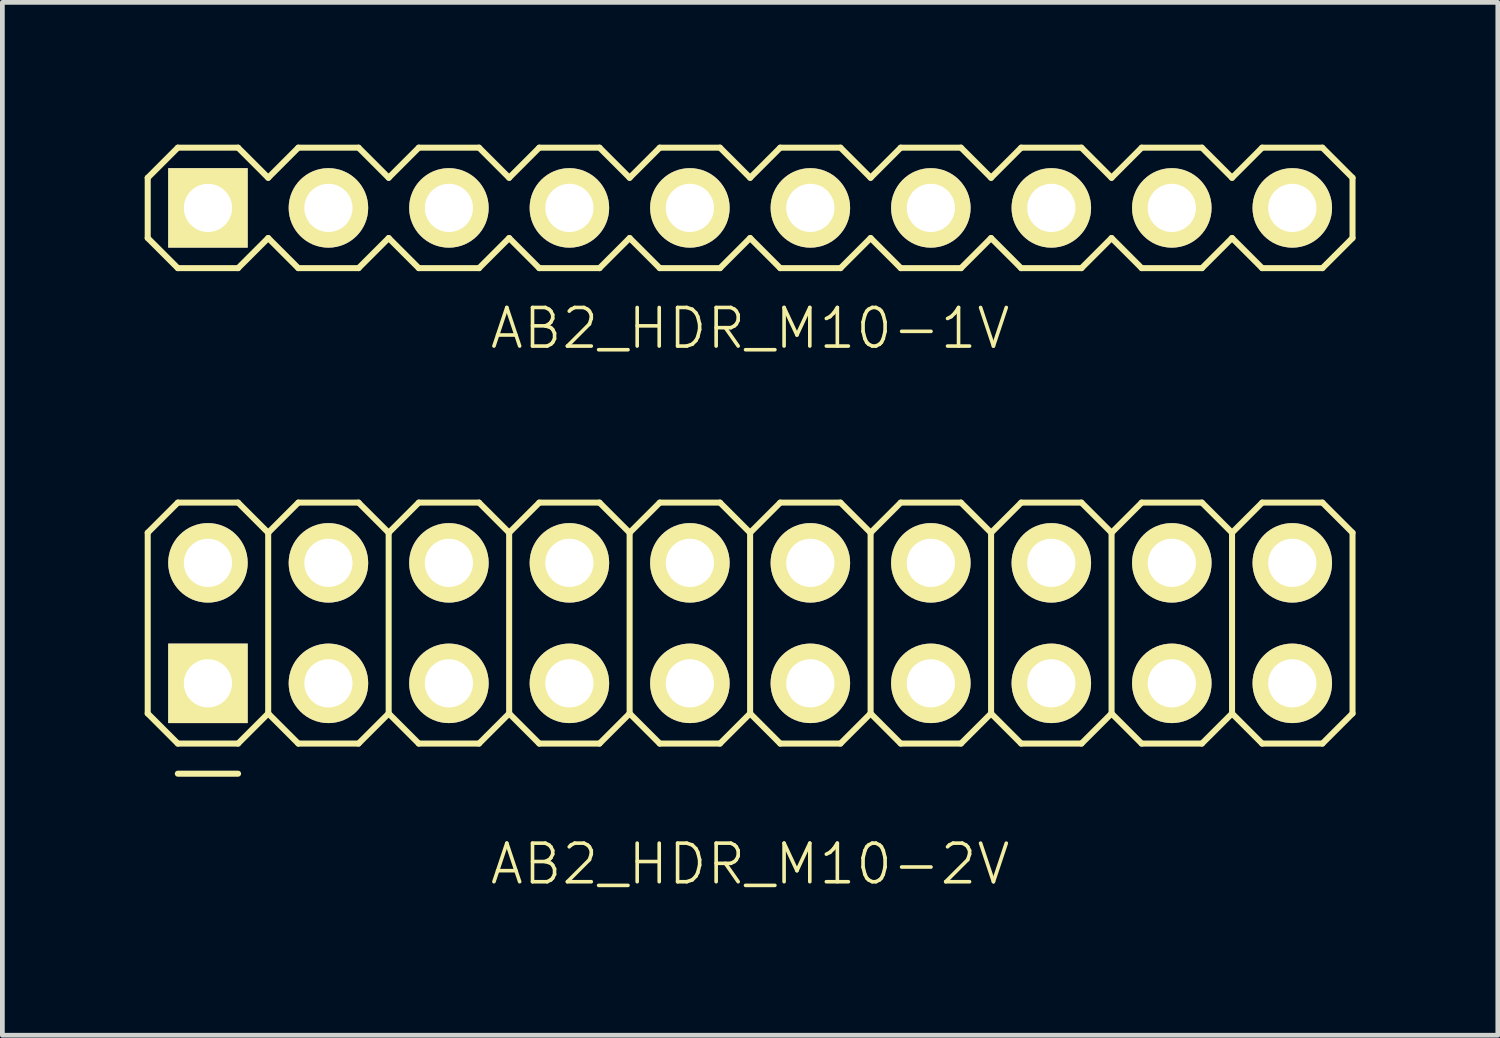
<source format=kicad_pcb>
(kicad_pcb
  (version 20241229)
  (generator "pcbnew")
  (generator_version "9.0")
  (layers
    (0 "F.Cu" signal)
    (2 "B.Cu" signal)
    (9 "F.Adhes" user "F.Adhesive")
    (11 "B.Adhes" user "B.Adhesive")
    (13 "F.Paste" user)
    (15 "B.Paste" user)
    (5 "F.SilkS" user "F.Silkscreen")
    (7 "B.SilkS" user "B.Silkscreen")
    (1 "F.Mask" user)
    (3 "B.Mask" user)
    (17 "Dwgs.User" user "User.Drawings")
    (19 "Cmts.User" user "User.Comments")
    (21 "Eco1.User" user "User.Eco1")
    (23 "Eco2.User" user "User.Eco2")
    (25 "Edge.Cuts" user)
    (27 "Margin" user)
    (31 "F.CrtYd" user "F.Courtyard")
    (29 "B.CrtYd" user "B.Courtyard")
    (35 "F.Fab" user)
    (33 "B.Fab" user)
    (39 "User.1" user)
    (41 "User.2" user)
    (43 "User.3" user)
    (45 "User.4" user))
  (footprint "AB2_HDR_M10-2V"
    (layer "F.Cu")
    (at 12.764 10.086)
    (property "Reference" "AB2_HDR_M10-2V" (at 0 5.08 0) (layer "F.SilkS") (effects (font (size 0.813 0.813) (thickness 0.076))))
    (attr through_hole)
    (fp_line (start -12.7 -1.905) (end -12.065 -2.54) (stroke (width 0.127) (type solid)) (layer "F.SilkS"))
    (fp_line (start -12.7 1.905) (end -12.7 -1.905) (stroke (width 0.127) (type solid)) (layer "F.SilkS"))
    (fp_line (start -12.065 -2.54) (end -10.795 -2.54) (stroke (width 0.127) (type solid)) (layer "F.SilkS"))
    (fp_line (start -12.065 2.54) (end -12.7 1.905) (stroke (width 0.127) (type solid)) (layer "F.SilkS"))
    (fp_line (start -12.065 3.175) (end -10.795 3.175) (stroke (width 0.127) (type solid)) (layer "F.SilkS"))
    (fp_line (start -10.795 -2.54) (end -10.16 -1.905) (stroke (width 0.127) (type solid)) (layer "F.SilkS"))
    (fp_line (start -10.795 2.54) (end -12.065 2.54) (stroke (width 0.127) (type solid)) (layer "F.SilkS"))
    (fp_line (start -10.16 -1.905) (end -10.16 1.905) (stroke (width 0.127) (type solid)) (layer "F.SilkS"))
    (fp_line (start -10.16 -1.905) (end -9.525 -2.54) (stroke (width 0.127) (type solid)) (layer "F.SilkS"))
    (fp_line (start -10.16 1.905) (end -10.795 2.54) (stroke (width 0.127) (type solid)) (layer "F.SilkS"))
    (fp_line (start -9.525 -2.54) (end -8.255 -2.54) (stroke (width 0.127) (type solid)) (layer "F.SilkS"))
    (fp_line (start -9.525 2.54) (end -10.16 1.905) (stroke (width 0.127) (type solid)) (layer "F.SilkS"))
    (fp_line (start -8.255 -2.54) (end -7.62 -1.905) (stroke (width 0.127) (type solid)) (layer "F.SilkS"))
    (fp_line (start -8.255 2.54) (end -9.525 2.54) (stroke (width 0.127) (type solid)) (layer "F.SilkS"))
    (fp_line (start -7.62 -1.905) (end -7.62 1.905) (stroke (width 0.127) (type solid)) (layer "F.SilkS"))
    (fp_line (start -7.62 -1.905) (end -6.985 -2.54) (stroke (width 0.127) (type solid)) (layer "F.SilkS"))
    (fp_line (start -7.62 1.905) (end -8.255 2.54) (stroke (width 0.127) (type solid)) (layer "F.SilkS"))
    (fp_line (start -6.985 -2.54) (end -5.715 -2.54) (stroke (width 0.127) (type solid)) (layer "F.SilkS"))
    (fp_line (start -6.985 2.54) (end -7.62 1.905) (stroke (width 0.127) (type solid)) (layer "F.SilkS"))
    (fp_line (start -5.715 -2.54) (end -5.08 -1.905) (stroke (width 0.127) (type solid)) (layer "F.SilkS"))
    (fp_line (start -5.715 2.54) (end -6.985 2.54) (stroke (width 0.127) (type solid)) (layer "F.SilkS"))
    (fp_line (start -5.08 -1.905) (end -5.08 1.905) (stroke (width 0.127) (type solid)) (layer "F.SilkS"))
    (fp_line (start -5.08 -1.905) (end -4.445 -2.54) (stroke (width 0.127) (type solid)) (layer "F.SilkS"))
    (fp_line (start -5.08 1.905) (end -5.715 2.54) (stroke (width 0.127) (type solid)) (layer "F.SilkS"))
    (fp_line (start -4.445 -2.54) (end -3.175 -2.54) (stroke (width 0.127) (type solid)) (layer "F.SilkS"))
    (fp_line (start -4.445 2.54) (end -5.08 1.905) (stroke (width 0.127) (type solid)) (layer "F.SilkS"))
    (fp_line (start -3.175 -2.54) (end -2.54 -1.905) (stroke (width 0.127) (type solid)) (layer "F.SilkS"))
    (fp_line (start -3.175 2.54) (end -4.445 2.54) (stroke (width 0.127) (type solid)) (layer "F.SilkS"))
    (fp_line (start -2.54 -1.905) (end -2.54 1.905) (stroke (width 0.127) (type solid)) (layer "F.SilkS"))
    (fp_line (start -2.54 -1.905) (end -1.905 -2.54) (stroke (width 0.127) (type solid)) (layer "F.SilkS"))
    (fp_line (start -2.54 1.905) (end -3.175 2.54) (stroke (width 0.127) (type solid)) (layer "F.SilkS"))
    (fp_line (start -1.905 -2.54) (end -0.635 -2.54) (stroke (width 0.127) (type solid)) (layer "F.SilkS"))
    (fp_line (start -1.905 2.54) (end -2.54 1.905) (stroke (width 0.127) (type solid)) (layer "F.SilkS"))
    (fp_line (start -0.635 -2.54) (end 0 -1.905) (stroke (width 0.127) (type solid)) (layer "F.SilkS"))
    (fp_line (start -0.635 2.54) (end -1.905 2.54) (stroke (width 0.127) (type solid)) (layer "F.SilkS"))
    (fp_line (start 0 -1.905) (end 0 1.905) (stroke (width 0.127) (type solid)) (layer "F.SilkS"))
    (fp_line (start 0 -1.905) (end 0.635 -2.54) (stroke (width 0.127) (type solid)) (layer "F.SilkS"))
    (fp_line (start 0 1.905) (end -0.635 2.54) (stroke (width 0.127) (type solid)) (layer "F.SilkS"))
    (fp_line (start 0.635 -2.54) (end 1.905 -2.54) (stroke (width 0.127) (type solid)) (layer "F.SilkS"))
    (fp_line (start 0.635 2.54) (end 0 1.905) (stroke (width 0.127) (type solid)) (layer "F.SilkS"))
    (fp_line (start 1.905 -2.54) (end 2.54 -1.905) (stroke (width 0.127) (type solid)) (layer "F.SilkS"))
    (fp_line (start 1.905 2.54) (end 0.635 2.54) (stroke (width 0.127) (type solid)) (layer "F.SilkS"))
    (fp_line (start 2.54 -1.905) (end 2.54 1.905) (stroke (width 0.127) (type solid)) (layer "F.SilkS"))
    (fp_line (start 2.54 -1.905) (end 3.175 -2.54) (stroke (width 0.127) (type solid)) (layer "F.SilkS"))
    (fp_line (start 2.54 1.905) (end 1.905 2.54) (stroke (width 0.127) (type solid)) (layer "F.SilkS"))
    (fp_line (start 3.175 -2.54) (end 4.445 -2.54) (stroke (width 0.127) (type solid)) (layer "F.SilkS"))
    (fp_line (start 3.175 2.54) (end 2.54 1.905) (stroke (width 0.127) (type solid)) (layer "F.SilkS"))
    (fp_line (start 4.445 -2.54) (end 5.08 -1.905) (stroke (width 0.127) (type solid)) (layer "F.SilkS"))
    (fp_line (start 4.445 2.54) (end 3.175 2.54) (stroke (width 0.127) (type solid)) (layer "F.SilkS"))
    (fp_line (start 5.08 -1.905) (end 5.08 1.905) (stroke (width 0.127) (type solid)) (layer "F.SilkS"))
    (fp_line (start 5.08 -1.905) (end 5.715 -2.54) (stroke (width 0.127) (type solid)) (layer "F.SilkS"))
    (fp_line (start 5.08 1.905) (end 4.445 2.54) (stroke (width 0.127) (type solid)) (layer "F.SilkS"))
    (fp_line (start 5.715 -2.54) (end 6.985 -2.54) (stroke (width 0.127) (type solid)) (layer "F.SilkS"))
    (fp_line (start 5.715 2.54) (end 5.08 1.905) (stroke (width 0.127) (type solid)) (layer "F.SilkS"))
    (fp_line (start 6.985 -2.54) (end 7.62 -1.905) (stroke (width 0.127) (type solid)) (layer "F.SilkS"))
    (fp_line (start 6.985 2.54) (end 5.715 2.54) (stroke (width 0.127) (type solid)) (layer "F.SilkS"))
    (fp_line (start 7.62 -1.905) (end 7.62 1.905) (stroke (width 0.127) (type solid)) (layer "F.SilkS"))
    (fp_line (start 7.62 -1.905) (end 8.255 -2.54) (stroke (width 0.127) (type solid)) (layer "F.SilkS"))
    (fp_line (start 7.62 1.905) (end 6.985 2.54) (stroke (width 0.127) (type solid)) (layer "F.SilkS"))
    (fp_line (start 8.255 -2.54) (end 9.525 -2.54) (stroke (width 0.127) (type solid)) (layer "F.SilkS"))
    (fp_line (start 8.255 2.54) (end 7.62 1.905) (stroke (width 0.127) (type solid)) (layer "F.SilkS"))
    (fp_line (start 9.525 -2.54) (end 10.16 -1.905) (stroke (width 0.127) (type solid)) (layer "F.SilkS"))
    (fp_line (start 9.525 2.54) (end 8.255 2.54) (stroke (width 0.127) (type solid)) (layer "F.SilkS"))
    (fp_line (start 10.16 -1.905) (end 10.16 1.905) (stroke (width 0.127) (type solid)) (layer "F.SilkS"))
    (fp_line (start 10.16 -1.905) (end 10.795 -2.54) (stroke (width 0.127) (type solid)) (layer "F.SilkS"))
    (fp_line (start 10.16 1.905) (end 9.525 2.54) (stroke (width 0.127) (type solid)) (layer "F.SilkS"))
    (fp_line (start 10.795 -2.54) (end 12.065 -2.54) (stroke (width 0.127) (type solid)) (layer "F.SilkS"))
    (fp_line (start 10.795 2.54) (end 10.16 1.905) (stroke (width 0.127) (type solid)) (layer "F.SilkS"))
    (fp_line (start 12.065 -2.54) (end 12.7 -1.905) (stroke (width 0.127) (type solid)) (layer "F.SilkS"))
    (fp_line (start 12.065 2.54) (end 10.795 2.54) (stroke (width 0.127) (type solid)) (layer "F.SilkS"))
    (fp_line (start 12.7 -1.905) (end 12.7 1.905) (stroke (width 0.127) (type solid)) (layer "F.SilkS"))
    (fp_line (start 12.7 1.905) (end 12.065 2.54) (stroke (width 0.127) (type solid)) (layer "F.SilkS"))
    (pad "1" thru_hole rect (at -11.43 1.27) (size 1.676 1.676) (drill 1.016) (layers "*.Cu" "*.Mask" "F.SilkS"))
    (pad "2" thru_hole circle (at -11.43 -1.27) (size 1.676 1.676) (drill 1.016) (layers "*.Cu" "*.Mask" "F.SilkS"))
    (pad "3" thru_hole circle (at -8.89 1.27) (size 1.676 1.676) (drill 1.016) (layers "*.Cu" "*.Mask" "F.SilkS"))
    (pad "4" thru_hole circle (at -8.89 -1.27) (size 1.676 1.676) (drill 1.016) (layers "*.Cu" "*.Mask" "F.SilkS"))
    (pad "5" thru_hole circle (at -6.35 1.27) (size 1.676 1.676) (drill 1.016) (layers "*.Cu" "*.Mask" "F.SilkS"))
    (pad "6" thru_hole circle (at -6.35 -1.27) (size 1.676 1.676) (drill 1.016) (layers "*.Cu" "*.Mask" "F.SilkS"))
    (pad "7" thru_hole circle (at -3.81 1.27) (size 1.676 1.676) (drill 1.016) (layers "*.Cu" "*.Mask" "F.SilkS"))
    (pad "8" thru_hole circle (at -3.81 -1.27) (size 1.676 1.676) (drill 1.016) (layers "*.Cu" "*.Mask" "F.SilkS"))
    (pad "9" thru_hole circle (at -1.27 1.27) (size 1.676 1.676) (drill 1.016) (layers "*.Cu" "*.Mask" "F.SilkS"))
    (pad "10" thru_hole circle (at -1.27 -1.27) (size 1.676 1.676) (drill 1.016) (layers "*.Cu" "*.Mask" "F.SilkS"))
    (pad "11" thru_hole circle (at 1.27 1.27) (size 1.676 1.676) (drill 1.016) (layers "*.Cu" "*.Mask" "F.SilkS"))
    (pad "12" thru_hole circle (at 1.27 -1.27) (size 1.676 1.676) (drill 1.016) (layers "*.Cu" "*.Mask" "F.SilkS"))
    (pad "13" thru_hole circle (at 3.81 1.27) (size 1.676 1.676) (drill 1.016) (layers "*.Cu" "*.Mask" "F.SilkS"))
    (pad "14" thru_hole circle (at 3.81 -1.27) (size 1.676 1.676) (drill 1.016) (layers "*.Cu" "*.Mask" "F.SilkS"))
    (pad "15" thru_hole circle (at 6.35 1.27) (size 1.676 1.676) (drill 1.016) (layers "*.Cu" "*.Mask" "F.SilkS"))
    (pad "16" thru_hole circle (at 6.35 -1.27) (size 1.676 1.676) (drill 1.016) (layers "*.Cu" "*.Mask" "F.SilkS"))
    (pad "17" thru_hole circle (at 8.89 1.27) (size 1.676 1.676) (drill 1.016) (layers "*.Cu" "*.Mask" "F.SilkS"))
    (pad "18" thru_hole circle (at 8.89 -1.27) (size 1.676 1.676) (drill 1.016) (layers "*.Cu" "*.Mask" "F.SilkS"))
    (pad "19" thru_hole circle (at 11.43 1.27) (size 1.676 1.676) (drill 1.016) (layers "*.Cu" "*.Mask" "F.SilkS"))
    (pad "20" thru_hole circle (at 11.43 -1.27) (size 1.676 1.676) (drill 1.016) (layers "*.Cu" "*.Mask" "F.SilkS")))
  (footprint "AB2_HDR_M10-1V"
    (layer "F.Cu")
    (at 12.764 1.333)
    (property "Reference" "AB2_HDR_M10-1V" (at 0 2.54 0) (layer "F.SilkS") (effects (font (size 0.813 0.813) (thickness 0.076))))
    (attr through_hole)
    (fp_line (start -12.7 -0.635) (end -12.065 -1.27) (stroke (width 0.127) (type solid)) (layer "F.SilkS"))
    (fp_line (start -12.7 0.635) (end -12.7 -0.635) (stroke (width 0.127) (type solid)) (layer "F.SilkS"))
    (fp_line (start -12.065 -1.27) (end -10.795 -1.27) (stroke (width 0.127) (type solid)) (layer "F.SilkS"))
    (fp_line (start -12.065 1.27) (end -12.7 0.635) (stroke (width 0.127) (type solid)) (layer "F.SilkS"))
    (fp_line (start -10.795 -1.27) (end -10.16 -0.635) (stroke (width 0.127) (type solid)) (layer "F.SilkS"))
    (fp_line (start -10.795 1.27) (end -12.065 1.27) (stroke (width 0.127) (type solid)) (layer "F.SilkS"))
    (fp_line (start -10.16 -0.635) (end -9.525 -1.27) (stroke (width 0.127) (type solid)) (layer "F.SilkS"))
    (fp_line (start -10.16 0.635) (end -10.795 1.27) (stroke (width 0.127) (type solid)) (layer "F.SilkS"))
    (fp_line (start -9.525 -1.27) (end -8.255 -1.27) (stroke (width 0.127) (type solid)) (layer "F.SilkS"))
    (fp_line (start -9.525 1.27) (end -10.16 0.635) (stroke (width 0.127) (type solid)) (layer "F.SilkS"))
    (fp_line (start -8.255 -1.27) (end -7.62 -0.635) (stroke (width 0.127) (type solid)) (layer "F.SilkS"))
    (fp_line (start -8.255 1.27) (end -9.525 1.27) (stroke (width 0.127) (type solid)) (layer "F.SilkS"))
    (fp_line (start -7.62 -0.635) (end -6.985 -1.27) (stroke (width 0.127) (type solid)) (layer "F.SilkS"))
    (fp_line (start -7.62 0.635) (end -8.255 1.27) (stroke (width 0.127) (type solid)) (layer "F.SilkS"))
    (fp_line (start -6.985 -1.27) (end -5.715 -1.27) (stroke (width 0.127) (type solid)) (layer "F.SilkS"))
    (fp_line (start -6.985 1.27) (end -7.62 0.635) (stroke (width 0.127) (type solid)) (layer "F.SilkS"))
    (fp_line (start -5.715 -1.27) (end -5.08 -0.635) (stroke (width 0.127) (type solid)) (layer "F.SilkS"))
    (fp_line (start -5.715 1.27) (end -6.985 1.27) (stroke (width 0.127) (type solid)) (layer "F.SilkS"))
    (fp_line (start -5.08 -0.635) (end -4.445 -1.27) (stroke (width 0.127) (type solid)) (layer "F.SilkS"))
    (fp_line (start -5.08 0.635) (end -5.715 1.27) (stroke (width 0.127) (type solid)) (layer "F.SilkS"))
    (fp_line (start -4.445 -1.27) (end -3.175 -1.27) (stroke (width 0.127) (type solid)) (layer "F.SilkS"))
    (fp_line (start -4.445 1.27) (end -5.08 0.635) (stroke (width 0.127) (type solid)) (layer "F.SilkS"))
    (fp_line (start -3.175 -1.27) (end -2.54 -0.635) (stroke (width 0.127) (type solid)) (layer "F.SilkS"))
    (fp_line (start -3.175 1.27) (end -4.445 1.27) (stroke (width 0.127) (type solid)) (layer "F.SilkS"))
    (fp_line (start -2.54 -0.635) (end -1.905 -1.27) (stroke (width 0.127) (type solid)) (layer "F.SilkS"))
    (fp_line (start -2.54 0.635) (end -3.175 1.27) (stroke (width 0.127) (type solid)) (layer "F.SilkS"))
    (fp_line (start -1.905 -1.27) (end -0.635 -1.27) (stroke (width 0.127) (type solid)) (layer "F.SilkS"))
    (fp_line (start -1.905 1.27) (end -2.54 0.635) (stroke (width 0.127) (type solid)) (layer "F.SilkS"))
    (fp_line (start -0.635 -1.27) (end 0 -0.635) (stroke (width 0.127) (type solid)) (layer "F.SilkS"))
    (fp_line (start -0.635 1.27) (end -1.905 1.27) (stroke (width 0.127) (type solid)) (layer "F.SilkS"))
    (fp_line (start 0 -0.635) (end 0.635 -1.27) (stroke (width 0.127) (type solid)) (layer "F.SilkS"))
    (fp_line (start 0 0.635) (end -0.635 1.27) (stroke (width 0.127) (type solid)) (layer "F.SilkS"))
    (fp_line (start 0.635 -1.27) (end 1.905 -1.27) (stroke (width 0.127) (type solid)) (layer "F.SilkS"))
    (fp_line (start 0.635 1.27) (end 0 0.635) (stroke (width 0.127) (type solid)) (layer "F.SilkS"))
    (fp_line (start 1.905 -1.27) (end 2.54 -0.635) (stroke (width 0.127) (type solid)) (layer "F.SilkS"))
    (fp_line (start 1.905 1.27) (end 0.635 1.27) (stroke (width 0.127) (type solid)) (layer "F.SilkS"))
    (fp_line (start 2.54 -0.635) (end 3.175 -1.27) (stroke (width 0.127) (type solid)) (layer "F.SilkS"))
    (fp_line (start 2.54 0.635) (end 1.905 1.27) (stroke (width 0.127) (type solid)) (layer "F.SilkS"))
    (fp_line (start 3.175 -1.27) (end 4.445 -1.27) (stroke (width 0.127) (type solid)) (layer "F.SilkS"))
    (fp_line (start 3.175 1.27) (end 2.54 0.635) (stroke (width 0.127) (type solid)) (layer "F.SilkS"))
    (fp_line (start 4.445 -1.27) (end 5.08 -0.635) (stroke (width 0.127) (type solid)) (layer "F.SilkS"))
    (fp_line (start 4.445 1.27) (end 3.175 1.27) (stroke (width 0.127) (type solid)) (layer "F.SilkS"))
    (fp_line (start 5.08 -0.635) (end 5.715 -1.27) (stroke (width 0.127) (type solid)) (layer "F.SilkS"))
    (fp_line (start 5.08 0.635) (end 4.445 1.27) (stroke (width 0.127) (type solid)) (layer "F.SilkS"))
    (fp_line (start 5.715 -1.27) (end 6.985 -1.27) (stroke (width 0.127) (type solid)) (layer "F.SilkS"))
    (fp_line (start 5.715 1.27) (end 5.08 0.635) (stroke (width 0.127) (type solid)) (layer "F.SilkS"))
    (fp_line (start 6.985 -1.27) (end 7.62 -0.635) (stroke (width 0.127) (type solid)) (layer "F.SilkS"))
    (fp_line (start 6.985 1.27) (end 5.715 1.27) (stroke (width 0.127) (type solid)) (layer "F.SilkS"))
    (fp_line (start 7.62 -0.635) (end 8.255 -1.27) (stroke (width 0.127) (type solid)) (layer "F.SilkS"))
    (fp_line (start 7.62 0.635) (end 6.985 1.27) (stroke (width 0.127) (type solid)) (layer "F.SilkS"))
    (fp_line (start 8.255 -1.27) (end 9.525 -1.27) (stroke (width 0.127) (type solid)) (layer "F.SilkS"))
    (fp_line (start 8.255 1.27) (end 7.62 0.635) (stroke (width 0.127) (type solid)) (layer "F.SilkS"))
    (fp_line (start 9.525 -1.27) (end 10.16 -0.635) (stroke (width 0.127) (type solid)) (layer "F.SilkS"))
    (fp_line (start 9.525 1.27) (end 8.255 1.27) (stroke (width 0.127) (type solid)) (layer "F.SilkS"))
    (fp_line (start 10.16 -0.635) (end 10.795 -1.27) (stroke (width 0.127) (type solid)) (layer "F.SilkS"))
    (fp_line (start 10.16 0.635) (end 9.525 1.27) (stroke (width 0.127) (type solid)) (layer "F.SilkS"))
    (fp_line (start 10.795 -1.27) (end 12.065 -1.27) (stroke (width 0.127) (type solid)) (layer "F.SilkS"))
    (fp_line (start 10.795 1.27) (end 10.16 0.635) (stroke (width 0.127) (type solid)) (layer "F.SilkS"))
    (fp_line (start 12.065 -1.27) (end 12.7 -0.635) (stroke (width 0.127) (type solid)) (layer "F.SilkS"))
    (fp_line (start 12.065 1.27) (end 10.795 1.27) (stroke (width 0.127) (type solid)) (layer "F.SilkS"))
    (fp_line (start 12.7 -0.635) (end 12.7 0.635) (stroke (width 0.127) (type solid)) (layer "F.SilkS"))
    (fp_line (start 12.7 0.635) (end 12.065 1.27) (stroke (width 0.127) (type solid)) (layer "F.SilkS"))
    (pad "1" thru_hole rect (at -11.43 0) (size 1.676 1.676) (drill 1.016) (layers "*.Cu" "*.Mask" "F.SilkS"))
    (pad "2" thru_hole circle (at -8.89 0) (size 1.676 1.676) (drill 1.016) (layers "*.Cu" "*.Mask" "F.SilkS"))
    (pad "3" thru_hole circle (at -6.35 0) (size 1.676 1.676) (drill 1.016) (layers "*.Cu" "*.Mask" "F.SilkS"))
    (pad "4" thru_hole circle (at -3.81 0) (size 1.676 1.676) (drill 1.016) (layers "*.Cu" "*.Mask" "F.SilkS"))
    (pad "5" thru_hole circle (at -1.27 0) (size 1.676 1.676) (drill 1.016) (layers "*.Cu" "*.Mask" "F.SilkS"))
    (pad "6" thru_hole circle (at 1.27 0) (size 1.676 1.676) (drill 1.016) (layers "*.Cu" "*.Mask" "F.SilkS"))
    (pad "7" thru_hole circle (at 3.81 0) (size 1.676 1.676) (drill 1.016) (layers "*.Cu" "*.Mask" "F.SilkS"))
    (pad "8" thru_hole circle (at 6.35 0) (size 1.676 1.676) (drill 1.016) (layers "*.Cu" "*.Mask" "F.SilkS"))
    (pad "9" thru_hole circle (at 8.89 0) (size 1.676 1.676) (drill 1.016) (layers "*.Cu" "*.Mask" "F.SilkS"))
    (pad "10" thru_hole circle (at 11.43 0) (size 1.676 1.676) (drill 1.016) (layers "*.Cu" "*.Mask" "F.SilkS")))
  (gr_rect
    (start -3 -3)
    (end 28.527 18.775)
    (stroke (width 0.1) (type default))
    (fill no)
    (layer "Edge.Cuts")))
</source>
